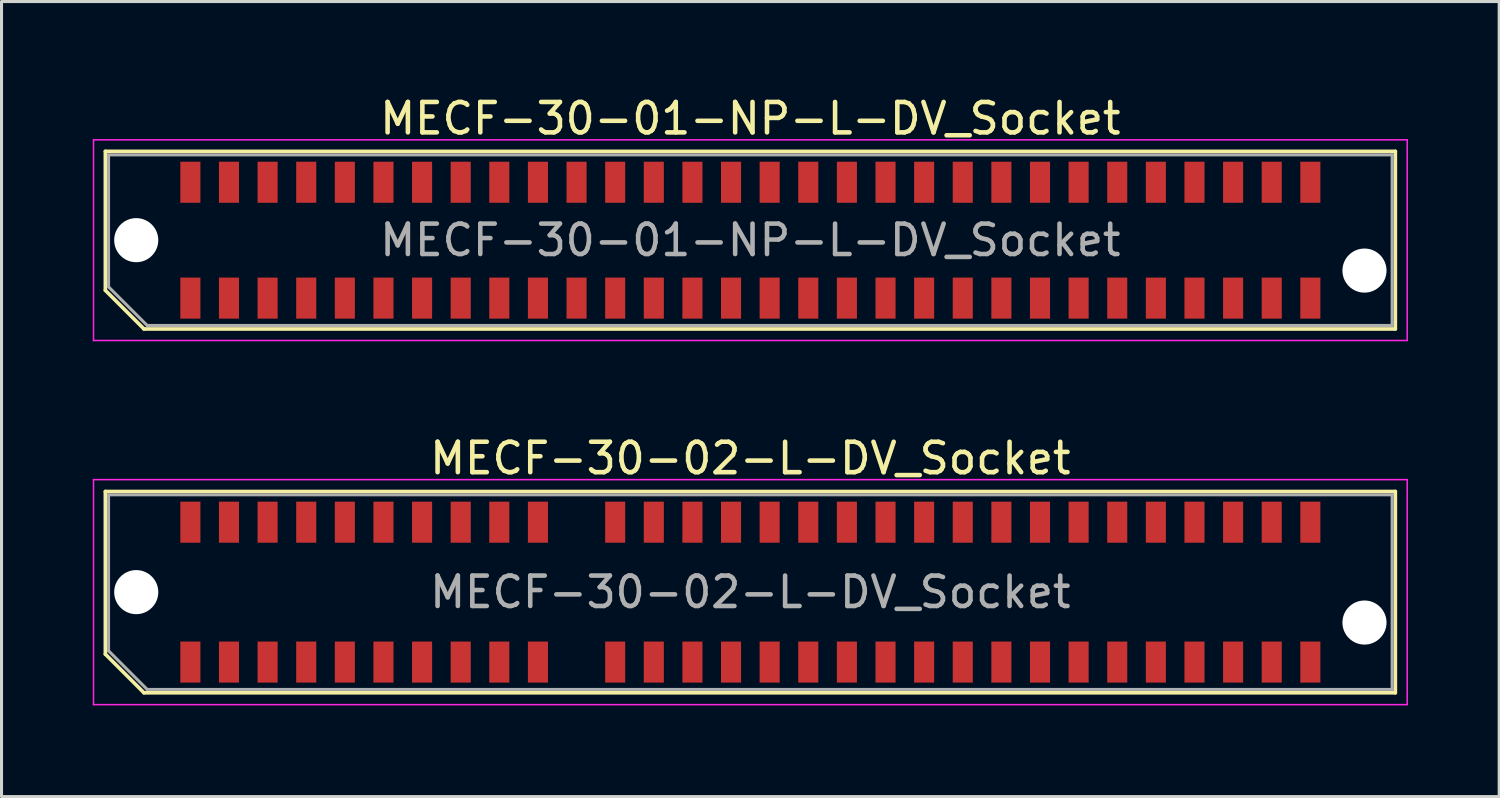
<source format=kicad_pcb>
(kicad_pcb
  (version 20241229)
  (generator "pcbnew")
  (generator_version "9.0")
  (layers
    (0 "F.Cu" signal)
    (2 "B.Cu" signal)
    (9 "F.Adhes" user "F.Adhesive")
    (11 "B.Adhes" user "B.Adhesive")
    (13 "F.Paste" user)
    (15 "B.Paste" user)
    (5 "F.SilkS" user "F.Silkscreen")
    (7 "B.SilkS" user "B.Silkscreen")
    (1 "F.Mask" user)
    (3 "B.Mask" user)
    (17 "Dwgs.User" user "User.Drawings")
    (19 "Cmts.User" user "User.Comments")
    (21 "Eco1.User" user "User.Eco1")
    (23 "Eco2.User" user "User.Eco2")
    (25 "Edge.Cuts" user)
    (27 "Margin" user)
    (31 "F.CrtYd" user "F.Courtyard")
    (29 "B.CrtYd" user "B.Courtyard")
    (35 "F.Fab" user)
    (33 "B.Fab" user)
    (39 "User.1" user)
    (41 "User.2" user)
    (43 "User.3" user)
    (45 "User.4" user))
  (footprint "MECF-30-01-NP-L-DV_Socket"
    (layer "F.Cu")
    (at 21.625 4.848)
    (property "Reference" "MECF-30-01-NP-L-DV_Socket" (at 0 -4 0) (layer "F.SilkS") (effects (font (size 1 1) (thickness 0.15))))
    (attr smd)
    (fp_line (start -21.21 -2.92) (end 21.21 -2.92) (stroke (width 0.12) (type solid)) (layer "F.SilkS"))
    (fp_line (start -21.21 1.65) (end -21.21 -2.92) (stroke (width 0.12) (type solid)) (layer "F.SilkS"))
    (fp_line (start -19.94 2.92) (end -21.21 1.65) (stroke (width 0.12) (type solid)) (layer "F.SilkS"))
    (fp_line (start -19.94 2.92) (end 21.21 2.92) (stroke (width 0.12) (type solid)) (layer "F.SilkS"))
    (fp_line (start 21.21 2.92) (end 21.21 -2.92) (stroke (width 0.12) (type solid)) (layer "F.SilkS"))
    (fp_line (start -21.6 -3.3) (end -21.6 3.3) (stroke (width 0.05) (type solid)) (layer "F.CrtYd"))
    (fp_line (start -21.6 3.3) (end 21.6 3.3) (stroke (width 0.05) (type solid)) (layer "F.CrtYd"))
    (fp_line (start 21.6 -3.3) (end -21.6 -3.3) (stroke (width 0.05) (type solid)) (layer "F.CrtYd"))
    (fp_line (start 21.6 3.3) (end 21.6 -3.3) (stroke (width 0.05) (type solid)) (layer "F.CrtYd"))
    (fp_line (start -21.105 -2.805) (end 21.105 -2.805) (stroke (width 0.1) (type solid)) (layer "F.Fab"))
    (fp_line (start -21.105 1.535) (end -21.105 -2.805) (stroke (width 0.1) (type solid)) (layer "F.Fab"))
    (fp_line (start -21.105 1.535) (end -19.835 2.805) (stroke (width 0.1) (type solid)) (layer "F.Fab"))
    (fp_line (start -19.835 2.805) (end 21.105 2.805) (stroke (width 0.1) (type solid)) (layer "F.Fab"))
    (fp_line (start 21.105 2.805) (end 21.105 -2.805) (stroke (width 0.1) (type solid)) (layer "F.Fab"))
    (fp_text user "${REFERENCE}" (at 0 0 0) (layer "F.Fab") (effects (font (size 1 1) (thickness 0.15))))
    (pad "" np_thru_hole circle (at -20.195 0) (size 1.45 1.45) (drill 1.45) (layers "*.Cu" "*.Mask"))
    (pad "" np_thru_hole circle (at 20.195 1) (size 1.45 1.45) (drill 1.45) (layers "*.Cu" "*.Mask"))
    (pad "1" smd rect (at -18.415 1.905) (size 0.66 1.35) (layers "F.Cu" "F.Mask" "F.Paste"))
    (pad "2" smd rect (at -18.415 -1.905) (size 0.66 1.35) (layers "F.Cu" "F.Mask" "F.Paste"))
    (pad "3" smd rect (at -17.145 1.905) (size 0.66 1.35) (layers "F.Cu" "F.Mask" "F.Paste"))
    (pad "4" smd rect (at -17.145 -1.905) (size 0.66 1.35) (layers "F.Cu" "F.Mask" "F.Paste"))
    (pad "5" smd rect (at -15.875 1.905) (size 0.66 1.35) (layers "F.Cu" "F.Mask" "F.Paste"))
    (pad "6" smd rect (at -15.875 -1.905) (size 0.66 1.35) (layers "F.Cu" "F.Mask" "F.Paste"))
    (pad "7" smd rect (at -14.605 1.905) (size 0.66 1.35) (layers "F.Cu" "F.Mask" "F.Paste"))
    (pad "8" smd rect (at -14.605 -1.905) (size 0.66 1.35) (layers "F.Cu" "F.Mask" "F.Paste"))
    (pad "9" smd rect (at -13.335 1.905) (size 0.66 1.35) (layers "F.Cu" "F.Mask" "F.Paste"))
    (pad "10" smd rect (at -13.335 -1.905) (size 0.66 1.35) (layers "F.Cu" "F.Mask" "F.Paste"))
    (pad "11" smd rect (at -12.065 1.905) (size 0.66 1.35) (layers "F.Cu" "F.Mask" "F.Paste"))
    (pad "12" smd rect (at -12.065 -1.905) (size 0.66 1.35) (layers "F.Cu" "F.Mask" "F.Paste"))
    (pad "13" smd rect (at -10.795 1.905) (size 0.66 1.35) (layers "F.Cu" "F.Mask" "F.Paste"))
    (pad "14" smd rect (at -10.795 -1.905) (size 0.66 1.35) (layers "F.Cu" "F.Mask" "F.Paste"))
    (pad "15" smd rect (at -9.525 1.905) (size 0.66 1.35) (layers "F.Cu" "F.Mask" "F.Paste"))
    (pad "16" smd rect (at -9.525 -1.905) (size 0.66 1.35) (layers "F.Cu" "F.Mask" "F.Paste"))
    (pad "17" smd rect (at -8.255 1.905) (size 0.66 1.35) (layers "F.Cu" "F.Mask" "F.Paste"))
    (pad "18" smd rect (at -8.255 -1.905) (size 0.66 1.35) (layers "F.Cu" "F.Mask" "F.Paste"))
    (pad "19" smd rect (at -6.985 1.905) (size 0.66 1.35) (layers "F.Cu" "F.Mask" "F.Paste"))
    (pad "20" smd rect (at -6.985 -1.905) (size 0.66 1.35) (layers "F.Cu" "F.Mask" "F.Paste"))
    (pad "21" smd rect (at -5.715 1.905) (size 0.66 1.35) (layers "F.Cu" "F.Mask" "F.Paste"))
    (pad "22" smd rect (at -5.715 -1.905) (size 0.66 1.35) (layers "F.Cu" "F.Mask" "F.Paste"))
    (pad "23" smd rect (at -4.445 1.905) (size 0.66 1.35) (layers "F.Cu" "F.Mask" "F.Paste"))
    (pad "24" smd rect (at -4.445 -1.905) (size 0.66 1.35) (layers "F.Cu" "F.Mask" "F.Paste"))
    (pad "25" smd rect (at -3.175 1.905) (size 0.66 1.35) (layers "F.Cu" "F.Mask" "F.Paste"))
    (pad "26" smd rect (at -3.175 -1.905) (size 0.66 1.35) (layers "F.Cu" "F.Mask" "F.Paste"))
    (pad "27" smd rect (at -1.905 1.905) (size 0.66 1.35) (layers "F.Cu" "F.Mask" "F.Paste"))
    (pad "28" smd rect (at -1.905 -1.905) (size 0.66 1.35) (layers "F.Cu" "F.Mask" "F.Paste"))
    (pad "29" smd rect (at -0.635 1.905) (size 0.66 1.35) (layers "F.Cu" "F.Mask" "F.Paste"))
    (pad "30" smd rect (at -0.635 -1.905) (size 0.66 1.35) (layers "F.Cu" "F.Mask" "F.Paste"))
    (pad "31" smd rect (at 0.635 1.905) (size 0.66 1.35) (layers "F.Cu" "F.Mask" "F.Paste"))
    (pad "32" smd rect (at 0.635 -1.905) (size 0.66 1.35) (layers "F.Cu" "F.Mask" "F.Paste"))
    (pad "33" smd rect (at 1.905 1.905) (size 0.66 1.35) (layers "F.Cu" "F.Mask" "F.Paste"))
    (pad "34" smd rect (at 1.905 -1.905) (size 0.66 1.35) (layers "F.Cu" "F.Mask" "F.Paste"))
    (pad "35" smd rect (at 3.175 1.905) (size 0.66 1.35) (layers "F.Cu" "F.Mask" "F.Paste"))
    (pad "36" smd rect (at 3.175 -1.905) (size 0.66 1.35) (layers "F.Cu" "F.Mask" "F.Paste"))
    (pad "37" smd rect (at 4.445 1.905) (size 0.66 1.35) (layers "F.Cu" "F.Mask" "F.Paste"))
    (pad "38" smd rect (at 4.445 -1.905) (size 0.66 1.35) (layers "F.Cu" "F.Mask" "F.Paste"))
    (pad "39" smd rect (at 5.715 1.905) (size 0.66 1.35) (layers "F.Cu" "F.Mask" "F.Paste"))
    (pad "40" smd rect (at 5.715 -1.905) (size 0.66 1.35) (layers "F.Cu" "F.Mask" "F.Paste"))
    (pad "41" smd rect (at 6.985 1.905) (size 0.66 1.35) (layers "F.Cu" "F.Mask" "F.Paste"))
    (pad "42" smd rect (at 6.985 -1.905) (size 0.66 1.35) (layers "F.Cu" "F.Mask" "F.Paste"))
    (pad "43" smd rect (at 8.255 1.905) (size 0.66 1.35) (layers "F.Cu" "F.Mask" "F.Paste"))
    (pad "44" smd rect (at 8.255 -1.905) (size 0.66 1.35) (layers "F.Cu" "F.Mask" "F.Paste"))
    (pad "45" smd rect (at 9.525 1.905) (size 0.66 1.35) (layers "F.Cu" "F.Mask" "F.Paste"))
    (pad "46" smd rect (at 9.525 -1.905) (size 0.66 1.35) (layers "F.Cu" "F.Mask" "F.Paste"))
    (pad "47" smd rect (at 10.795 1.905) (size 0.66 1.35) (layers "F.Cu" "F.Mask" "F.Paste"))
    (pad "48" smd rect (at 10.795 -1.905) (size 0.66 1.35) (layers "F.Cu" "F.Mask" "F.Paste"))
    (pad "49" smd rect (at 12.065 1.905) (size 0.66 1.35) (layers "F.Cu" "F.Mask" "F.Paste"))
    (pad "50" smd rect (at 12.065 -1.905) (size 0.66 1.35) (layers "F.Cu" "F.Mask" "F.Paste"))
    (pad "51" smd rect (at 13.335 1.905) (size 0.66 1.35) (layers "F.Cu" "F.Mask" "F.Paste"))
    (pad "52" smd rect (at 13.335 -1.905) (size 0.66 1.35) (layers "F.Cu" "F.Mask" "F.Paste"))
    (pad "53" smd rect (at 14.605 1.905) (size 0.66 1.35) (layers "F.Cu" "F.Mask" "F.Paste"))
    (pad "54" smd rect (at 14.605 -1.905) (size 0.66 1.35) (layers "F.Cu" "F.Mask" "F.Paste"))
    (pad "55" smd rect (at 15.875 1.905) (size 0.66 1.35) (layers "F.Cu" "F.Mask" "F.Paste"))
    (pad "56" smd rect (at 15.875 -1.905) (size 0.66 1.35) (layers "F.Cu" "F.Mask" "F.Paste"))
    (pad "57" smd rect (at 17.145 1.905) (size 0.66 1.35) (layers "F.Cu" "F.Mask" "F.Paste"))
    (pad "58" smd rect (at 17.145 -1.905) (size 0.66 1.35) (layers "F.Cu" "F.Mask" "F.Paste"))
    (pad "59" smd rect (at 18.415 1.905) (size 0.66 1.35) (layers "F.Cu" "F.Mask" "F.Paste"))
    (pad "60" smd rect (at 18.415 -1.905) (size 0.66 1.35) (layers "F.Cu" "F.Mask" "F.Paste")))
  (footprint "MECF-30-02-L-DV_Socket"
    (layer "F.Cu")
    (at 21.625 16.422)
    (property "Reference" "MECF-30-02-L-DV_Socket" (at 0 -4.4 0) (layer "F.SilkS") (effects (font (size 1 1) (thickness 0.15))))
    (attr smd)
    (fp_line (start -21.21 -3.31) (end 21.21 -3.31) (stroke (width 0.12) (type solid)) (layer "F.SilkS"))
    (fp_line (start -21.21 2.04) (end -21.21 -3.31) (stroke (width 0.12) (type solid)) (layer "F.SilkS"))
    (fp_line (start -19.94 3.31) (end -21.21 2.04) (stroke (width 0.12) (type solid)) (layer "F.SilkS"))
    (fp_line (start -19.94 3.31) (end 21.21 3.31) (stroke (width 0.12) (type solid)) (layer "F.SilkS"))
    (fp_line (start 21.21 3.31) (end 21.21 -3.31) (stroke (width 0.12) (type solid)) (layer "F.SilkS"))
    (fp_line (start -21.6 -3.7) (end -21.6 3.7) (stroke (width 0.05) (type solid)) (layer "F.CrtYd"))
    (fp_line (start -21.6 3.7) (end 21.6 3.7) (stroke (width 0.05) (type solid)) (layer "F.CrtYd"))
    (fp_line (start 21.6 -3.7) (end -21.6 -3.7) (stroke (width 0.05) (type solid)) (layer "F.CrtYd"))
    (fp_line (start 21.6 3.7) (end 21.6 -3.7) (stroke (width 0.05) (type solid)) (layer "F.CrtYd"))
    (fp_line (start -21.105 -3.2) (end 21.105 -3.2) (stroke (width 0.1) (type solid)) (layer "F.Fab"))
    (fp_line (start -21.105 1.93) (end -21.105 -3.2) (stroke (width 0.1) (type solid)) (layer "F.Fab"))
    (fp_line (start -21.105 1.93) (end -19.835 3.2) (stroke (width 0.1) (type solid)) (layer "F.Fab"))
    (fp_line (start -19.835 3.2) (end 21.105 3.2) (stroke (width 0.1) (type solid)) (layer "F.Fab"))
    (fp_line (start 21.105 3.2) (end 21.105 -3.2) (stroke (width 0.1) (type solid)) (layer "F.Fab"))
    (fp_text user "${REFERENCE}" (at 0 0 0) (layer "F.Fab") (effects (font (size 1 1) (thickness 0.15))))
    (pad "" np_thru_hole circle (at -20.195 0) (size 1.45 1.45) (drill 1.45) (layers "*.Cu" "*.Mask"))
    (pad "" np_thru_hole circle (at 20.195 1) (size 1.45 1.45) (drill 1.45) (layers "*.Cu" "*.Mask"))
    (pad "1" smd rect (at -18.415 2.3) (size 0.66 1.35) (layers "F.Cu" "F.Mask" "F.Paste"))
    (pad "2" smd rect (at -18.415 -2.3) (size 0.66 1.35) (layers "F.Cu" "F.Mask" "F.Paste"))
    (pad "3" smd rect (at -17.145 2.3) (size 0.66 1.35) (layers "F.Cu" "F.Mask" "F.Paste"))
    (pad "4" smd rect (at -17.145 -2.3) (size 0.66 1.35) (layers "F.Cu" "F.Mask" "F.Paste"))
    (pad "5" smd rect (at -15.875 2.3) (size 0.66 1.35) (layers "F.Cu" "F.Mask" "F.Paste"))
    (pad "6" smd rect (at -15.875 -2.3) (size 0.66 1.35) (layers "F.Cu" "F.Mask" "F.Paste"))
    (pad "7" smd rect (at -14.605 2.3) (size 0.66 1.35) (layers "F.Cu" "F.Mask" "F.Paste"))
    (pad "8" smd rect (at -14.605 -2.3) (size 0.66 1.35) (layers "F.Cu" "F.Mask" "F.Paste"))
    (pad "9" smd rect (at -13.335 2.3) (size 0.66 1.35) (layers "F.Cu" "F.Mask" "F.Paste"))
    (pad "10" smd rect (at -13.335 -2.3) (size 0.66 1.35) (layers "F.Cu" "F.Mask" "F.Paste"))
    (pad "11" smd rect (at -12.065 2.3) (size 0.66 1.35) (layers "F.Cu" "F.Mask" "F.Paste"))
    (pad "12" smd rect (at -12.065 -2.3) (size 0.66 1.35) (layers "F.Cu" "F.Mask" "F.Paste"))
    (pad "13" smd rect (at -10.795 2.3) (size 0.66 1.35) (layers "F.Cu" "F.Mask" "F.Paste"))
    (pad "14" smd rect (at -10.795 -2.3) (size 0.66 1.35) (layers "F.Cu" "F.Mask" "F.Paste"))
    (pad "15" smd rect (at -9.525 2.3) (size 0.66 1.35) (layers "F.Cu" "F.Mask" "F.Paste"))
    (pad "16" smd rect (at -9.525 -2.3) (size 0.66 1.35) (layers "F.Cu" "F.Mask" "F.Paste"))
    (pad "17" smd rect (at -8.255 2.3) (size 0.66 1.35) (layers "F.Cu" "F.Mask" "F.Paste"))
    (pad "18" smd rect (at -8.255 -2.3) (size 0.66 1.35) (layers "F.Cu" "F.Mask" "F.Paste"))
    (pad "19" smd rect (at -6.985 2.3) (size 0.66 1.35) (layers "F.Cu" "F.Mask" "F.Paste"))
    (pad "20" smd rect (at -6.985 -2.3) (size 0.66 1.35) (layers "F.Cu" "F.Mask" "F.Paste"))
    (pad "23" smd rect (at -4.445 2.3) (size 0.66 1.35) (layers "F.Cu" "F.Mask" "F.Paste"))
    (pad "24" smd rect (at -4.445 -2.3) (size 0.66 1.35) (layers "F.Cu" "F.Mask" "F.Paste"))
    (pad "25" smd rect (at -3.175 2.3) (size 0.66 1.35) (layers "F.Cu" "F.Mask" "F.Paste"))
    (pad "26" smd rect (at -3.175 -2.3) (size 0.66 1.35) (layers "F.Cu" "F.Mask" "F.Paste"))
    (pad "27" smd rect (at -1.905 2.3) (size 0.66 1.35) (layers "F.Cu" "F.Mask" "F.Paste"))
    (pad "28" smd rect (at -1.905 -2.3) (size 0.66 1.35) (layers "F.Cu" "F.Mask" "F.Paste"))
    (pad "29" smd rect (at -0.635 2.3) (size 0.66 1.35) (layers "F.Cu" "F.Mask" "F.Paste"))
    (pad "30" smd rect (at -0.635 -2.3) (size 0.66 1.35) (layers "F.Cu" "F.Mask" "F.Paste"))
    (pad "31" smd rect (at 0.635 2.3) (size 0.66 1.35) (layers "F.Cu" "F.Mask" "F.Paste"))
    (pad "32" smd rect (at 0.635 -2.3) (size 0.66 1.35) (layers "F.Cu" "F.Mask" "F.Paste"))
    (pad "33" smd rect (at 1.905 2.3) (size 0.66 1.35) (layers "F.Cu" "F.Mask" "F.Paste"))
    (pad "34" smd rect (at 1.905 -2.3) (size 0.66 1.35) (layers "F.Cu" "F.Mask" "F.Paste"))
    (pad "35" smd rect (at 3.175 2.3) (size 0.66 1.35) (layers "F.Cu" "F.Mask" "F.Paste"))
    (pad "36" smd rect (at 3.175 -2.3) (size 0.66 1.35) (layers "F.Cu" "F.Mask" "F.Paste"))
    (pad "37" smd rect (at 4.445 2.3) (size 0.66 1.35) (layers "F.Cu" "F.Mask" "F.Paste"))
    (pad "38" smd rect (at 4.445 -2.3) (size 0.66 1.35) (layers "F.Cu" "F.Mask" "F.Paste"))
    (pad "39" smd rect (at 5.715 2.3) (size 0.66 1.35) (layers "F.Cu" "F.Mask" "F.Paste"))
    (pad "40" smd rect (at 5.715 -2.3) (size 0.66 1.35) (layers "F.Cu" "F.Mask" "F.Paste"))
    (pad "41" smd rect (at 6.985 2.3) (size 0.66 1.35) (layers "F.Cu" "F.Mask" "F.Paste"))
    (pad "42" smd rect (at 6.985 -2.3) (size 0.66 1.35) (layers "F.Cu" "F.Mask" "F.Paste"))
    (pad "43" smd rect (at 8.255 2.3) (size 0.66 1.35) (layers "F.Cu" "F.Mask" "F.Paste"))
    (pad "44" smd rect (at 8.255 -2.3) (size 0.66 1.35) (layers "F.Cu" "F.Mask" "F.Paste"))
    (pad "45" smd rect (at 9.525 2.3) (size 0.66 1.35) (layers "F.Cu" "F.Mask" "F.Paste"))
    (pad "46" smd rect (at 9.525 -2.3) (size 0.66 1.35) (layers "F.Cu" "F.Mask" "F.Paste"))
    (pad "47" smd rect (at 10.795 2.3) (size 0.66 1.35) (layers "F.Cu" "F.Mask" "F.Paste"))
    (pad "48" smd rect (at 10.795 -2.3) (size 0.66 1.35) (layers "F.Cu" "F.Mask" "F.Paste"))
    (pad "49" smd rect (at 12.065 2.3) (size 0.66 1.35) (layers "F.Cu" "F.Mask" "F.Paste"))
    (pad "50" smd rect (at 12.065 -2.3) (size 0.66 1.35) (layers "F.Cu" "F.Mask" "F.Paste"))
    (pad "51" smd rect (at 13.335 2.3) (size 0.66 1.35) (layers "F.Cu" "F.Mask" "F.Paste"))
    (pad "52" smd rect (at 13.335 -2.3) (size 0.66 1.35) (layers "F.Cu" "F.Mask" "F.Paste"))
    (pad "53" smd rect (at 14.605 2.3) (size 0.66 1.35) (layers "F.Cu" "F.Mask" "F.Paste"))
    (pad "54" smd rect (at 14.605 -2.3) (size 0.66 1.35) (layers "F.Cu" "F.Mask" "F.Paste"))
    (pad "55" smd rect (at 15.875 2.3) (size 0.66 1.35) (layers "F.Cu" "F.Mask" "F.Paste"))
    (pad "56" smd rect (at 15.875 -2.3) (size 0.66 1.35) (layers "F.Cu" "F.Mask" "F.Paste"))
    (pad "57" smd rect (at 17.145 2.3) (size 0.66 1.35) (layers "F.Cu" "F.Mask" "F.Paste"))
    (pad "58" smd rect (at 17.145 -2.3) (size 0.66 1.35) (layers "F.Cu" "F.Mask" "F.Paste"))
    (pad "59" smd rect (at 18.415 2.3) (size 0.66 1.35) (layers "F.Cu" "F.Mask" "F.Paste"))
    (pad "60" smd rect (at 18.415 -2.3) (size 0.66 1.35) (layers "F.Cu" "F.Mask" "F.Paste")))
  (gr_rect
    (start -3 -3)
    (end 46.25 23.146)
    (stroke (width 0.1) (type default))
    (fill no)
    (layer "Edge.Cuts")))
</source>
